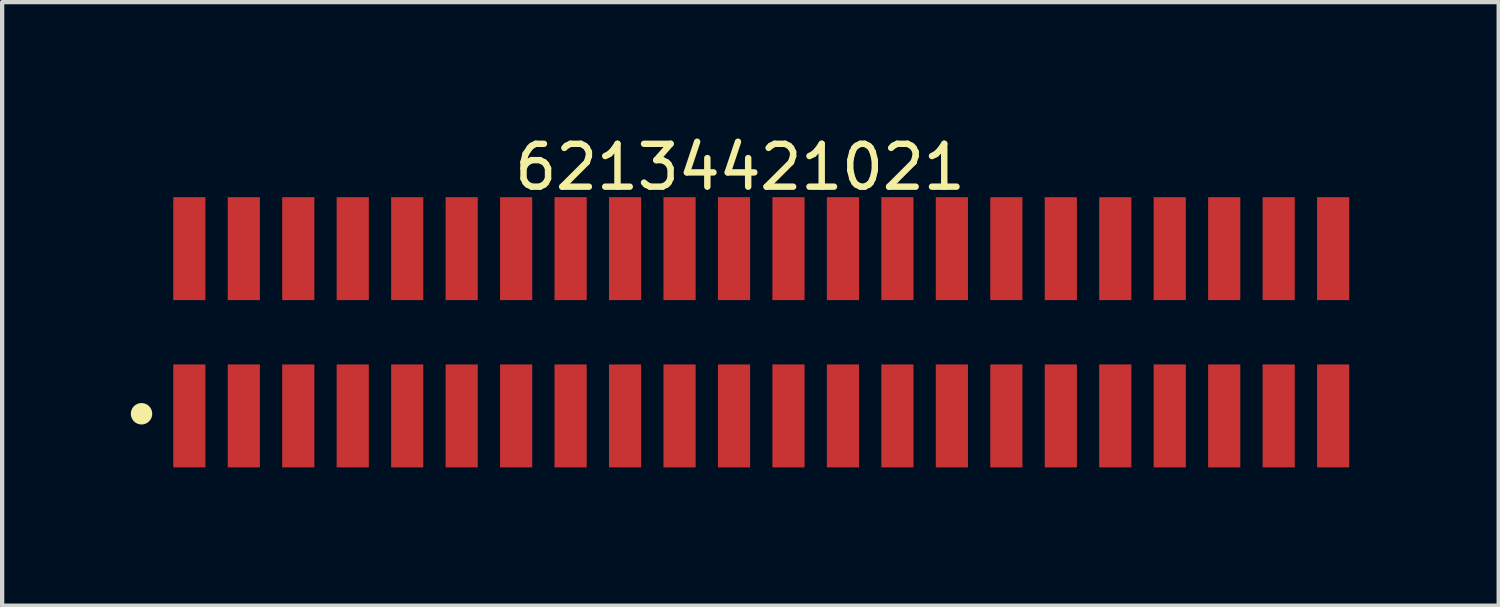
<source format=kicad_pcb>
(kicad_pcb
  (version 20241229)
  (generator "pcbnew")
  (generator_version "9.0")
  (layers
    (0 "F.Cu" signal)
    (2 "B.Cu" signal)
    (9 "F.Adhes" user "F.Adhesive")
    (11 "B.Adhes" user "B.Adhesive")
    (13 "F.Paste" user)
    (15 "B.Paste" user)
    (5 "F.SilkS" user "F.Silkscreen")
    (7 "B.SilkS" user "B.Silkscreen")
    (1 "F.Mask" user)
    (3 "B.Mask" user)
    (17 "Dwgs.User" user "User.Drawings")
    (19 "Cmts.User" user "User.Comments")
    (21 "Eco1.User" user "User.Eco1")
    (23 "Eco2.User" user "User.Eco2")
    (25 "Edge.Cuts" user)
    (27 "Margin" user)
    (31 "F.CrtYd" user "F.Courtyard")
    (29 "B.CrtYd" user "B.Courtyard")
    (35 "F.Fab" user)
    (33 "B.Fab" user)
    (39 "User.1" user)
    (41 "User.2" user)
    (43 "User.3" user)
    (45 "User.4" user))
  (footprint "62134421021"
    (layer "F.Cu")
    (at 14.7 4.698)
    (property "Reference" "62134421021" (at -0.495 -3.85 0) (layer "F.SilkS") (effects (font (size 1 1) (thickness 0.15))))
    (fp_circle (center -14.45 1.9) (end -14.45 1.775) (stroke (width 0.25) (type solid)) (fill no) (layer "F.SilkS"))
    (fp_line (start -14.17 -3.35) (end 14.17 -3.35) (stroke (width 0.05) (type solid)) (layer "Eco2.User"))
    (fp_line (start -14.17 3.35) (end -14.17 -3.35) (stroke (width 0.05) (type solid)) (layer "Eco2.User"))
    (fp_line (start -14.17 3.35) (end 14.17 3.35) (stroke (width 0.05) (type solid)) (layer "Eco2.User"))
    (fp_line (start -13.97 -1.7) (end 13.97 -1.7) (stroke (width 0.1) (type solid)) (layer "Eco2.User"))
    (fp_line (start -13.97 1.7) (end -13.97 -1.7) (stroke (width 0.1) (type solid)) (layer "Eco2.User"))
    (fp_line (start -13.97 1.7) (end 13.97 1.7) (stroke (width 0.1) (type solid)) (layer "Eco2.User"))
    (fp_line (start -13.535 -2.5) (end -13.135 -2.5) (stroke (width 0.1) (type solid)) (layer "Eco2.User"))
    (fp_line (start -13.535 -1.7) (end -13.535 -2.5) (stroke (width 0.1) (type solid)) (layer "Eco2.User"))
    (fp_line (start -13.535 2.5) (end -13.535 1.7) (stroke (width 0.1) (type solid)) (layer "Eco2.User"))
    (fp_line (start -13.535 2.5) (end -13.135 2.5) (stroke (width 0.1) (type solid)) (layer "Eco2.User"))
    (fp_line (start -13.135 -1.7) (end -13.135 -2.5) (stroke (width 0.1) (type solid)) (layer "Eco2.User"))
    (fp_line (start -13.135 2.5) (end -13.135 1.7) (stroke (width 0.1) (type solid)) (layer "Eco2.User"))
    (fp_line (start -12.265 -2.5) (end -11.865 -2.5) (stroke (width 0.1) (type solid)) (layer "Eco2.User"))
    (fp_line (start -12.265 -1.7) (end -12.265 -2.5) (stroke (width 0.1) (type solid)) (layer "Eco2.User"))
    (fp_line (start -12.265 2.5) (end -12.265 1.7) (stroke (width 0.1) (type solid)) (layer "Eco2.User"))
    (fp_line (start -12.265 2.5) (end -11.865 2.5) (stroke (width 0.1) (type solid)) (layer "Eco2.User"))
    (fp_line (start -11.865 -1.7) (end -11.865 -2.5) (stroke (width 0.1) (type solid)) (layer "Eco2.User"))
    (fp_line (start -11.865 2.5) (end -11.865 1.7) (stroke (width 0.1) (type solid)) (layer "Eco2.User"))
    (fp_line (start -10.995 -2.5) (end -10.595 -2.5) (stroke (width 0.1) (type solid)) (layer "Eco2.User"))
    (fp_line (start -10.995 -1.7) (end -10.995 -2.5) (stroke (width 0.1) (type solid)) (layer "Eco2.User"))
    (fp_line (start -10.995 2.5) (end -10.995 1.7) (stroke (width 0.1) (type solid)) (layer "Eco2.User"))
    (fp_line (start -10.995 2.5) (end -10.595 2.5) (stroke (width 0.1) (type solid)) (layer "Eco2.User"))
    (fp_line (start -10.595 -1.7) (end -10.595 -2.5) (stroke (width 0.1) (type solid)) (layer "Eco2.User"))
    (fp_line (start -10.595 2.5) (end -10.595 1.7) (stroke (width 0.1) (type solid)) (layer "Eco2.User"))
    (fp_line (start -9.725 -2.5) (end -9.325 -2.5) (stroke (width 0.1) (type solid)) (layer "Eco2.User"))
    (fp_line (start -9.725 -1.7) (end -9.725 -2.5) (stroke (width 0.1) (type solid)) (layer "Eco2.User"))
    (fp_line (start -9.725 2.5) (end -9.725 1.7) (stroke (width 0.1) (type solid)) (layer "Eco2.User"))
    (fp_line (start -9.725 2.5) (end -9.325 2.5) (stroke (width 0.1) (type solid)) (layer "Eco2.User"))
    (fp_line (start -9.325 -1.7) (end -9.325 -2.5) (stroke (width 0.1) (type solid)) (layer "Eco2.User"))
    (fp_line (start -9.325 2.5) (end -9.325 1.7) (stroke (width 0.1) (type solid)) (layer "Eco2.User"))
    (fp_line (start -8.455 -2.5) (end -8.055 -2.5) (stroke (width 0.1) (type solid)) (layer "Eco2.User"))
    (fp_line (start -8.455 -1.7) (end -8.455 -2.5) (stroke (width 0.1) (type solid)) (layer "Eco2.User"))
    (fp_line (start -8.455 2.5) (end -8.455 1.7) (stroke (width 0.1) (type solid)) (layer "Eco2.User"))
    (fp_line (start -8.455 2.5) (end -8.055 2.5) (stroke (width 0.1) (type solid)) (layer "Eco2.User"))
    (fp_line (start -8.055 -1.7) (end -8.055 -2.5) (stroke (width 0.1) (type solid)) (layer "Eco2.User"))
    (fp_line (start -8.055 2.5) (end -8.055 1.7) (stroke (width 0.1) (type solid)) (layer "Eco2.User"))
    (fp_line (start -7.185 -2.5) (end -6.785 -2.5) (stroke (width 0.1) (type solid)) (layer "Eco2.User"))
    (fp_line (start -7.185 -1.7) (end -7.185 -2.5) (stroke (width 0.1) (type solid)) (layer "Eco2.User"))
    (fp_line (start -7.185 2.5) (end -7.185 1.7) (stroke (width 0.1) (type solid)) (layer "Eco2.User"))
    (fp_line (start -7.185 2.5) (end -6.785 2.5) (stroke (width 0.1) (type solid)) (layer "Eco2.User"))
    (fp_line (start -6.785 -1.7) (end -6.785 -2.5) (stroke (width 0.1) (type solid)) (layer "Eco2.User"))
    (fp_line (start -6.785 2.5) (end -6.785 1.7) (stroke (width 0.1) (type solid)) (layer "Eco2.User"))
    (fp_line (start -5.915 -2.5) (end -5.515 -2.5) (stroke (width 0.1) (type solid)) (layer "Eco2.User"))
    (fp_line (start -5.915 -1.7) (end -5.915 -2.5) (stroke (width 0.1) (type solid)) (layer "Eco2.User"))
    (fp_line (start -5.915 2.5) (end -5.915 1.7) (stroke (width 0.1) (type solid)) (layer "Eco2.User"))
    (fp_line (start -5.915 2.5) (end -5.515 2.5) (stroke (width 0.1) (type solid)) (layer "Eco2.User"))
    (fp_line (start -5.515 -1.7) (end -5.515 -2.5) (stroke (width 0.1) (type solid)) (layer "Eco2.User"))
    (fp_line (start -5.515 2.5) (end -5.515 1.7) (stroke (width 0.1) (type solid)) (layer "Eco2.User"))
    (fp_line (start -4.645 -2.5) (end -4.245 -2.5) (stroke (width 0.1) (type solid)) (layer "Eco2.User"))
    (fp_line (start -4.645 -1.7) (end -4.645 -2.5) (stroke (width 0.1) (type solid)) (layer "Eco2.User"))
    (fp_line (start -4.645 2.5) (end -4.645 1.7) (stroke (width 0.1) (type solid)) (layer "Eco2.User"))
    (fp_line (start -4.645 2.5) (end -4.245 2.5) (stroke (width 0.1) (type solid)) (layer "Eco2.User"))
    (fp_line (start -4.245 -1.7) (end -4.245 -2.5) (stroke (width 0.1) (type solid)) (layer "Eco2.User"))
    (fp_line (start -4.245 2.5) (end -4.245 1.7) (stroke (width 0.1) (type solid)) (layer "Eco2.User"))
    (fp_line (start -3.375 -2.5) (end -2.975 -2.5) (stroke (width 0.1) (type solid)) (layer "Eco2.User"))
    (fp_line (start -3.375 -1.7) (end -3.375 -2.5) (stroke (width 0.1) (type solid)) (layer "Eco2.User"))
    (fp_line (start -3.375 2.5) (end -3.375 1.7) (stroke (width 0.1) (type solid)) (layer "Eco2.User"))
    (fp_line (start -3.375 2.5) (end -2.975 2.5) (stroke (width 0.1) (type solid)) (layer "Eco2.User"))
    (fp_line (start -2.975 -1.7) (end -2.975 -2.5) (stroke (width 0.1) (type solid)) (layer "Eco2.User"))
    (fp_line (start -2.975 2.5) (end -2.975 1.7) (stroke (width 0.1) (type solid)) (layer "Eco2.User"))
    (fp_line (start -2.105 -2.5) (end -1.705 -2.5) (stroke (width 0.1) (type solid)) (layer "Eco2.User"))
    (fp_line (start -2.105 -1.7) (end -2.105 -2.5) (stroke (width 0.1) (type solid)) (layer "Eco2.User"))
    (fp_line (start -2.105 2.5) (end -2.105 1.7) (stroke (width 0.1) (type solid)) (layer "Eco2.User"))
    (fp_line (start -2.105 2.5) (end -1.705 2.5) (stroke (width 0.1) (type solid)) (layer "Eco2.User"))
    (fp_line (start -1.705 -1.7) (end -1.705 -2.5) (stroke (width 0.1) (type solid)) (layer "Eco2.User"))
    (fp_line (start -1.705 2.5) (end -1.705 1.7) (stroke (width 0.1) (type solid)) (layer "Eco2.User"))
    (fp_line (start -0.835 -2.5) (end -0.435 -2.5) (stroke (width 0.1) (type solid)) (layer "Eco2.User"))
    (fp_line (start -0.835 -1.7) (end -0.835 -2.5) (stroke (width 0.1) (type solid)) (layer "Eco2.User"))
    (fp_line (start -0.835 2.5) (end -0.835 1.7) (stroke (width 0.1) (type solid)) (layer "Eco2.User"))
    (fp_line (start -0.835 2.5) (end -0.435 2.5) (stroke (width 0.1) (type solid)) (layer "Eco2.User"))
    (fp_line (start -0.5 0) (end 0.5 0) (stroke (width 0.05) (type solid)) (layer "Eco2.User"))
    (fp_line (start -0.435 -1.7) (end -0.435 -2.5) (stroke (width 0.1) (type solid)) (layer "Eco2.User"))
    (fp_line (start -0.435 2.5) (end -0.435 1.7) (stroke (width 0.1) (type solid)) (layer "Eco2.User"))
    (fp_line (start 0 0.5) (end 0 -0.5) (stroke (width 0.05) (type solid)) (layer "Eco2.User"))
    (fp_line (start 0.435 -2.5) (end 0.835 -2.5) (stroke (width 0.1) (type solid)) (layer "Eco2.User"))
    (fp_line (start 0.435 -1.7) (end 0.435 -2.5) (stroke (width 0.1) (type solid)) (layer "Eco2.User"))
    (fp_line (start 0.435 2.5) (end 0.435 1.7) (stroke (width 0.1) (type solid)) (layer "Eco2.User"))
    (fp_line (start 0.435 2.5) (end 0.835 2.5) (stroke (width 0.1) (type solid)) (layer "Eco2.User"))
    (fp_line (start 0.835 -1.7) (end 0.835 -2.5) (stroke (width 0.1) (type solid)) (layer "Eco2.User"))
    (fp_line (start 0.835 2.5) (end 0.835 1.7) (stroke (width 0.1) (type solid)) (layer "Eco2.User"))
    (fp_line (start 1.705 -2.5) (end 2.105 -2.5) (stroke (width 0.1) (type solid)) (layer "Eco2.User"))
    (fp_line (start 1.705 -1.7) (end 1.705 -2.5) (stroke (width 0.1) (type solid)) (layer "Eco2.User"))
    (fp_line (start 1.705 2.5) (end 1.705 1.7) (stroke (width 0.1) (type solid)) (layer "Eco2.User"))
    (fp_line (start 1.705 2.5) (end 2.105 2.5) (stroke (width 0.1) (type solid)) (layer "Eco2.User"))
    (fp_line (start 2.105 -1.7) (end 2.105 -2.5) (stroke (width 0.1) (type solid)) (layer "Eco2.User"))
    (fp_line (start 2.105 2.5) (end 2.105 1.7) (stroke (width 0.1) (type solid)) (layer "Eco2.User"))
    (fp_line (start 2.975 -2.5) (end 3.375 -2.5) (stroke (width 0.1) (type solid)) (layer "Eco2.User"))
    (fp_line (start 2.975 -1.7) (end 2.975 -2.5) (stroke (width 0.1) (type solid)) (layer "Eco2.User"))
    (fp_line (start 2.975 2.5) (end 2.975 1.7) (stroke (width 0.1) (type solid)) (layer "Eco2.User"))
    (fp_line (start 2.975 2.5) (end 3.375 2.5) (stroke (width 0.1) (type solid)) (layer "Eco2.User"))
    (fp_line (start 3.375 -1.7) (end 3.375 -2.5) (stroke (width 0.1) (type solid)) (layer "Eco2.User"))
    (fp_line (start 3.375 2.5) (end 3.375 1.7) (stroke (width 0.1) (type solid)) (layer "Eco2.User"))
    (fp_line (start 4.245 -2.5) (end 4.645 -2.5) (stroke (width 0.1) (type solid)) (layer "Eco2.User"))
    (fp_line (start 4.245 -1.7) (end 4.245 -2.5) (stroke (width 0.1) (type solid)) (layer "Eco2.User"))
    (fp_line (start 4.245 2.5) (end 4.245 1.7) (stroke (width 0.1) (type solid)) (layer "Eco2.User"))
    (fp_line (start 4.245 2.5) (end 4.645 2.5) (stroke (width 0.1) (type solid)) (layer "Eco2.User"))
    (fp_line (start 4.645 -1.7) (end 4.645 -2.5) (stroke (width 0.1) (type solid)) (layer "Eco2.User"))
    (fp_line (start 4.645 2.5) (end 4.645 1.7) (stroke (width 0.1) (type solid)) (layer "Eco2.User"))
    (fp_line (start 5.515 -2.5) (end 5.915 -2.5) (stroke (width 0.1) (type solid)) (layer "Eco2.User"))
    (fp_line (start 5.515 -1.7) (end 5.515 -2.5) (stroke (width 0.1) (type solid)) (layer "Eco2.User"))
    (fp_line (start 5.515 2.5) (end 5.515 1.7) (stroke (width 0.1) (type solid)) (layer "Eco2.User"))
    (fp_line (start 5.515 2.5) (end 5.915 2.5) (stroke (width 0.1) (type solid)) (layer "Eco2.User"))
    (fp_line (start 5.915 -1.7) (end 5.915 -2.5) (stroke (width 0.1) (type solid)) (layer "Eco2.User"))
    (fp_line (start 5.915 2.5) (end 5.915 1.7) (stroke (width 0.1) (type solid)) (layer "Eco2.User"))
    (fp_line (start 6.785 -2.5) (end 7.185 -2.5) (stroke (width 0.1) (type solid)) (layer "Eco2.User"))
    (fp_line (start 6.785 -1.7) (end 6.785 -2.5) (stroke (width 0.1) (type solid)) (layer "Eco2.User"))
    (fp_line (start 6.785 2.5) (end 6.785 1.7) (stroke (width 0.1) (type solid)) (layer "Eco2.User"))
    (fp_line (start 6.785 2.5) (end 7.185 2.5) (stroke (width 0.1) (type solid)) (layer "Eco2.User"))
    (fp_line (start 7.185 -1.7) (end 7.185 -2.5) (stroke (width 0.1) (type solid)) (layer "Eco2.User"))
    (fp_line (start 7.185 2.5) (end 7.185 1.7) (stroke (width 0.1) (type solid)) (layer "Eco2.User"))
    (fp_line (start 8.055 -2.5) (end 8.455 -2.5) (stroke (width 0.1) (type solid)) (layer "Eco2.User"))
    (fp_line (start 8.055 -1.7) (end 8.055 -2.5) (stroke (width 0.1) (type solid)) (layer "Eco2.User"))
    (fp_line (start 8.055 2.5) (end 8.055 1.7) (stroke (width 0.1) (type solid)) (layer "Eco2.User"))
    (fp_line (start 8.055 2.5) (end 8.455 2.5) (stroke (width 0.1) (type solid)) (layer "Eco2.User"))
    (fp_line (start 8.455 -1.7) (end 8.455 -2.5) (stroke (width 0.1) (type solid)) (layer "Eco2.User"))
    (fp_line (start 8.455 2.5) (end 8.455 1.7) (stroke (width 0.1) (type solid)) (layer "Eco2.User"))
    (fp_line (start 9.325 -2.5) (end 9.725 -2.5) (stroke (width 0.1) (type solid)) (layer "Eco2.User"))
    (fp_line (start 9.325 -1.7) (end 9.325 -2.5) (stroke (width 0.1) (type solid)) (layer "Eco2.User"))
    (fp_line (start 9.325 2.5) (end 9.325 1.7) (stroke (width 0.1) (type solid)) (layer "Eco2.User"))
    (fp_line (start 9.325 2.5) (end 9.725 2.5) (stroke (width 0.1) (type solid)) (layer "Eco2.User"))
    (fp_line (start 9.725 -1.7) (end 9.725 -2.5) (stroke (width 0.1) (type solid)) (layer "Eco2.User"))
    (fp_line (start 9.725 2.5) (end 9.725 1.7) (stroke (width 0.1) (type solid)) (layer "Eco2.User"))
    (fp_line (start 10.595 -2.5) (end 10.995 -2.5) (stroke (width 0.1) (type solid)) (layer "Eco2.User"))
    (fp_line (start 10.595 -1.7) (end 10.595 -2.5) (stroke (width 0.1) (type solid)) (layer "Eco2.User"))
    (fp_line (start 10.595 2.5) (end 10.595 1.7) (stroke (width 0.1) (type solid)) (layer "Eco2.User"))
    (fp_line (start 10.595 2.5) (end 10.995 2.5) (stroke (width 0.1) (type solid)) (layer "Eco2.User"))
    (fp_line (start 10.995 -1.7) (end 10.995 -2.5) (stroke (width 0.1) (type solid)) (layer "Eco2.User"))
    (fp_line (start 10.995 2.5) (end 10.995 1.7) (stroke (width 0.1) (type solid)) (layer "Eco2.User"))
    (fp_line (start 11.865 -2.5) (end 12.265 -2.5) (stroke (width 0.1) (type solid)) (layer "Eco2.User"))
    (fp_line (start 11.865 -1.7) (end 11.865 -2.5) (stroke (width 0.1) (type solid)) (layer "Eco2.User"))
    (fp_line (start 11.865 2.5) (end 11.865 1.7) (stroke (width 0.1) (type solid)) (layer "Eco2.User"))
    (fp_line (start 11.865 2.5) (end 12.265 2.5) (stroke (width 0.1) (type solid)) (layer "Eco2.User"))
    (fp_line (start 12.265 -1.7) (end 12.265 -2.5) (stroke (width 0.1) (type solid)) (layer "Eco2.User"))
    (fp_line (start 12.265 2.5) (end 12.265 1.7) (stroke (width 0.1) (type solid)) (layer "Eco2.User"))
    (fp_line (start 13.135 -2.5) (end 13.535 -2.5) (stroke (width 0.1) (type solid)) (layer "Eco2.User"))
    (fp_line (start 13.135 -1.7) (end 13.135 -2.5) (stroke (width 0.1) (type solid)) (layer "Eco2.User"))
    (fp_line (start 13.135 2.5) (end 13.135 1.7) (stroke (width 0.1) (type solid)) (layer "Eco2.User"))
    (fp_line (start 13.135 2.5) (end 13.535 2.5) (stroke (width 0.1) (type solid)) (layer "Eco2.User"))
    (fp_line (start 13.535 -1.7) (end 13.535 -2.5) (stroke (width 0.1) (type solid)) (layer "Eco2.User"))
    (fp_line (start 13.535 2.5) (end 13.535 1.7) (stroke (width 0.1) (type solid)) (layer "Eco2.User"))
    (fp_line (start 13.97 1.7) (end 13.97 -1.7) (stroke (width 0.1) (type solid)) (layer "Eco2.User"))
    (fp_line (start 14.17 3.35) (end 14.17 -3.35) (stroke (width 0.05) (type solid)) (layer "Eco2.User"))
    (fp_text user "${REFERENCE}" (at 0.15 -0.197 0) (unlocked yes) (layer "User.3") (effects (font (size 1.5 1.5) (thickness 0.15))))
    (pad "1" smd rect (at -13.335 1.95) (size 0.75 2.4) (layers "F.Cu" "F.Mask" "F.Paste"))
    (pad "2" smd rect (at -13.335 -1.95) (size 0.75 2.4) (layers "F.Cu" "F.Mask" "F.Paste"))
    (pad "3" smd rect (at -12.065 1.95) (size 0.75 2.4) (layers "F.Cu" "F.Mask" "F.Paste"))
    (pad "4" smd rect (at -12.065 -1.95) (size 0.75 2.4) (layers "F.Cu" "F.Mask" "F.Paste"))
    (pad "5" smd rect (at -10.795 1.95) (size 0.75 2.4) (layers "F.Cu" "F.Mask" "F.Paste"))
    (pad "6" smd rect (at -10.795 -1.95) (size 0.75 2.4) (layers "F.Cu" "F.Mask" "F.Paste"))
    (pad "7" smd rect (at -9.525 1.95) (size 0.75 2.4) (layers "F.Cu" "F.Mask" "F.Paste"))
    (pad "8" smd rect (at -9.525 -1.95) (size 0.75 2.4) (layers "F.Cu" "F.Mask" "F.Paste"))
    (pad "9" smd rect (at -8.255 1.95) (size 0.75 2.4) (layers "F.Cu" "F.Mask" "F.Paste"))
    (pad "10" smd rect (at -8.255 -1.95) (size 0.75 2.4) (layers "F.Cu" "F.Mask" "F.Paste"))
    (pad "11" smd rect (at -6.985 1.95) (size 0.75 2.4) (layers "F.Cu" "F.Mask" "F.Paste"))
    (pad "12" smd rect (at -6.985 -1.95) (size 0.75 2.4) (layers "F.Cu" "F.Mask" "F.Paste"))
    (pad "13" smd rect (at -5.715 1.95) (size 0.75 2.4) (layers "F.Cu" "F.Mask" "F.Paste"))
    (pad "14" smd rect (at -5.715 -1.95) (size 0.75 2.4) (layers "F.Cu" "F.Mask" "F.Paste"))
    (pad "15" smd rect (at -4.445 1.95) (size 0.75 2.4) (layers "F.Cu" "F.Mask" "F.Paste"))
    (pad "16" smd rect (at -4.445 -1.95) (size 0.75 2.4) (layers "F.Cu" "F.Mask" "F.Paste"))
    (pad "17" smd rect (at -3.175 1.95) (size 0.75 2.4) (layers "F.Cu" "F.Mask" "F.Paste"))
    (pad "18" smd rect (at -3.175 -1.95) (size 0.75 2.4) (layers "F.Cu" "F.Mask" "F.Paste"))
    (pad "19" smd rect (at -1.905 1.95) (size 0.75 2.4) (layers "F.Cu" "F.Mask" "F.Paste"))
    (pad "20" smd rect (at -1.905 -1.95) (size 0.75 2.4) (layers "F.Cu" "F.Mask" "F.Paste"))
    (pad "21" smd rect (at -0.635 1.95) (size 0.75 2.4) (layers "F.Cu" "F.Mask" "F.Paste"))
    (pad "22" smd rect (at -0.635 -1.95) (size 0.75 2.4) (layers "F.Cu" "F.Mask" "F.Paste"))
    (pad "23" smd rect (at 0.635 1.95) (size 0.75 2.4) (layers "F.Cu" "F.Mask" "F.Paste"))
    (pad "24" smd rect (at 0.635 -1.95) (size 0.75 2.4) (layers "F.Cu" "F.Mask" "F.Paste"))
    (pad "25" smd rect (at 1.905 1.95) (size 0.75 2.4) (layers "F.Cu" "F.Mask" "F.Paste"))
    (pad "26" smd rect (at 1.905 -1.95) (size 0.75 2.4) (layers "F.Cu" "F.Mask" "F.Paste"))
    (pad "27" smd rect (at 3.175 1.95) (size 0.75 2.4) (layers "F.Cu" "F.Mask" "F.Paste"))
    (pad "28" smd rect (at 3.175 -1.95) (size 0.75 2.4) (layers "F.Cu" "F.Mask" "F.Paste"))
    (pad "29" smd rect (at 4.445 1.95) (size 0.75 2.4) (layers "F.Cu" "F.Mask" "F.Paste"))
    (pad "30" smd rect (at 4.445 -1.95) (size 0.75 2.4) (layers "F.Cu" "F.Mask" "F.Paste"))
    (pad "31" smd rect (at 5.715 1.95) (size 0.75 2.4) (layers "F.Cu" "F.Mask" "F.Paste"))
    (pad "32" smd rect (at 5.715 -1.95) (size 0.75 2.4) (layers "F.Cu" "F.Mask" "F.Paste"))
    (pad "33" smd rect (at 6.985 1.95) (size 0.75 2.4) (layers "F.Cu" "F.Mask" "F.Paste"))
    (pad "34" smd rect (at 6.985 -1.95) (size 0.75 2.4) (layers "F.Cu" "F.Mask" "F.Paste"))
    (pad "35" smd rect (at 8.255 1.95) (size 0.75 2.4) (layers "F.Cu" "F.Mask" "F.Paste"))
    (pad "36" smd rect (at 8.255 -1.95) (size 0.75 2.4) (layers "F.Cu" "F.Mask" "F.Paste"))
    (pad "37" smd rect (at 9.525 1.95) (size 0.75 2.4) (layers "F.Cu" "F.Mask" "F.Paste"))
    (pad "38" smd rect (at 9.525 -1.95) (size 0.75 2.4) (layers "F.Cu" "F.Mask" "F.Paste"))
    (pad "39" smd rect (at 10.795 1.95) (size 0.75 2.4) (layers "F.Cu" "F.Mask" "F.Paste"))
    (pad "40" smd rect (at 10.795 -1.95) (size 0.75 2.4) (layers "F.Cu" "F.Mask" "F.Paste"))
    (pad "41" smd rect (at 12.065 1.95) (size 0.75 2.4) (layers "F.Cu" "F.Mask" "F.Paste"))
    (pad "42" smd rect (at 12.065 -1.95) (size 0.75 2.4) (layers "F.Cu" "F.Mask" "F.Paste"))
    (pad "43" smd rect (at 13.335 1.95) (size 0.75 2.4) (layers "F.Cu" "F.Mask" "F.Paste"))
    (pad "44" smd rect (at 13.335 -1.95) (size 0.75 2.4) (layers "F.Cu" "F.Mask" "F.Paste")))
  (gr_rect
    (start -3 -3)
    (end 31.895 11.073)
    (stroke (width 0.1) (type default))
    (fill no)
    (layer "Edge.Cuts")))
</source>
